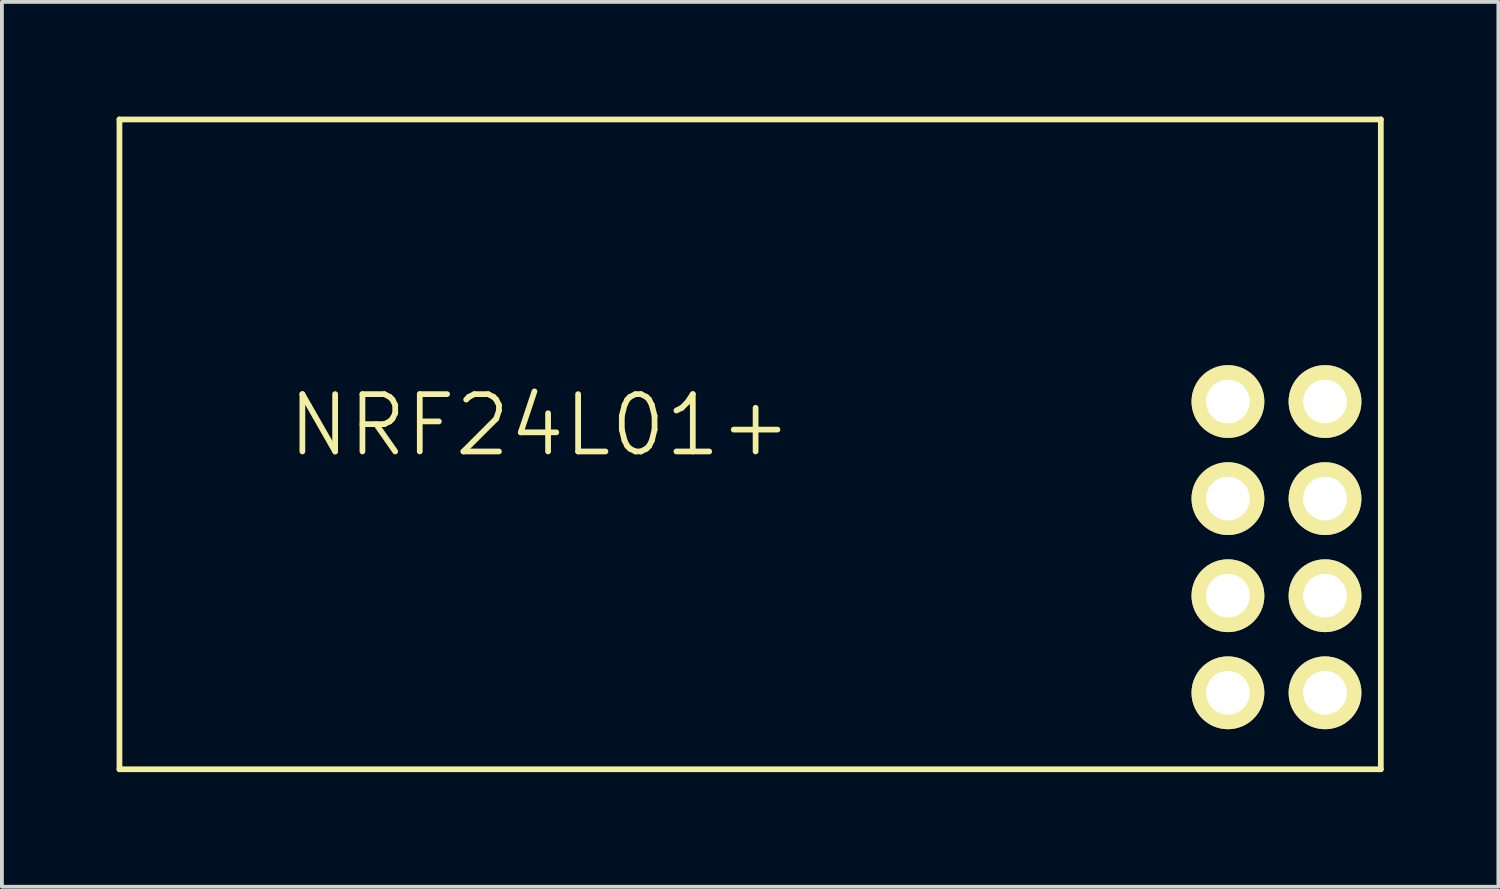
<source format=kicad_pcb>
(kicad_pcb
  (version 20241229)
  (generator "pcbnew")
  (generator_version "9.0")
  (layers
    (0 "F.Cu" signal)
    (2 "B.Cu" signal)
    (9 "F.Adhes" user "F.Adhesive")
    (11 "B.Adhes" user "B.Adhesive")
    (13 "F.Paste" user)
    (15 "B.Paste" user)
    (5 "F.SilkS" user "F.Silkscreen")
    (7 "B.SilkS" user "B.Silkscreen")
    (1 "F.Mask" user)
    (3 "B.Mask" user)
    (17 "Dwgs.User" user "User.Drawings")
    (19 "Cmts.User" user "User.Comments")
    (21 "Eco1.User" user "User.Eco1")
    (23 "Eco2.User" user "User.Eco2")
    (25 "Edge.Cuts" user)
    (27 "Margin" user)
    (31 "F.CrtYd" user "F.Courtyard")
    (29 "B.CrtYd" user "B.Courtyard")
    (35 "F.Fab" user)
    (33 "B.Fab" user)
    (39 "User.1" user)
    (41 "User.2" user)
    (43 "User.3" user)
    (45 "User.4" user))
  (footprint "NRF24L01+"
    (layer "F.Cu")
    (at 29.075 15.075)
    (property "Reference" "NRF24L01+" (at -18 -7 0) (layer "F.SilkS") (effects (font (size 1.5 1.5) (thickness 0.15))))
    (attr through_hole)
    (fp_line (start -29 -15) (end -29 2) (stroke (width 0.15) (type solid)) (layer "F.SilkS"))
    (fp_line (start -29 2) (end 4 2) (stroke (width 0.15) (type solid)) (layer "F.SilkS"))
    (fp_line (start 4 -15) (end -29 -15) (stroke (width 0.15) (type solid)) (layer "F.SilkS"))
    (fp_line (start 4 2) (end 4 -15) (stroke (width 0.15) (type solid)) (layer "F.SilkS"))
    (pad "1" thru_hole circle (at 2.54 0) (size 1.905 1.905) (drill 1.143) (layers "*.Cu" "*.Mask" "F.SilkS"))
    (pad "2" thru_hole circle (at 0 0) (size 1.905 1.905) (drill 1.143) (layers "*.Cu" "*.Mask" "F.SilkS"))
    (pad "3" thru_hole circle (at 2.54 -2.54) (size 1.905 1.905) (drill 1.143) (layers "*.Cu" "*.Mask" "F.SilkS"))
    (pad "4" thru_hole circle (at 0 -2.54) (size 1.905 1.905) (drill 1.143) (layers "*.Cu" "*.Mask" "F.SilkS"))
    (pad "5" thru_hole circle (at 2.54 -5.08) (size 1.905 1.905) (drill 1.143) (layers "*.Cu" "*.Mask" "F.SilkS"))
    (pad "6" thru_hole circle (at 0 -5.08) (size 1.905 1.905) (drill 1.143) (layers "*.Cu" "*.Mask" "F.SilkS"))
    (pad "7" thru_hole circle (at 2.54 -7.62) (size 1.905 1.905) (drill 1.143) (layers "*.Cu" "*.Mask" "F.SilkS"))
    (pad "8" thru_hole circle (at 0 -7.62) (size 1.905 1.905) (drill 1.143) (layers "*.Cu" "*.Mask" "F.SilkS")))
  (gr_rect
    (start -3 -3)
    (end 36.15 20.15)
    (stroke (width 0.1) (type default))
    (fill no)
    (layer "Edge.Cuts")))
</source>
